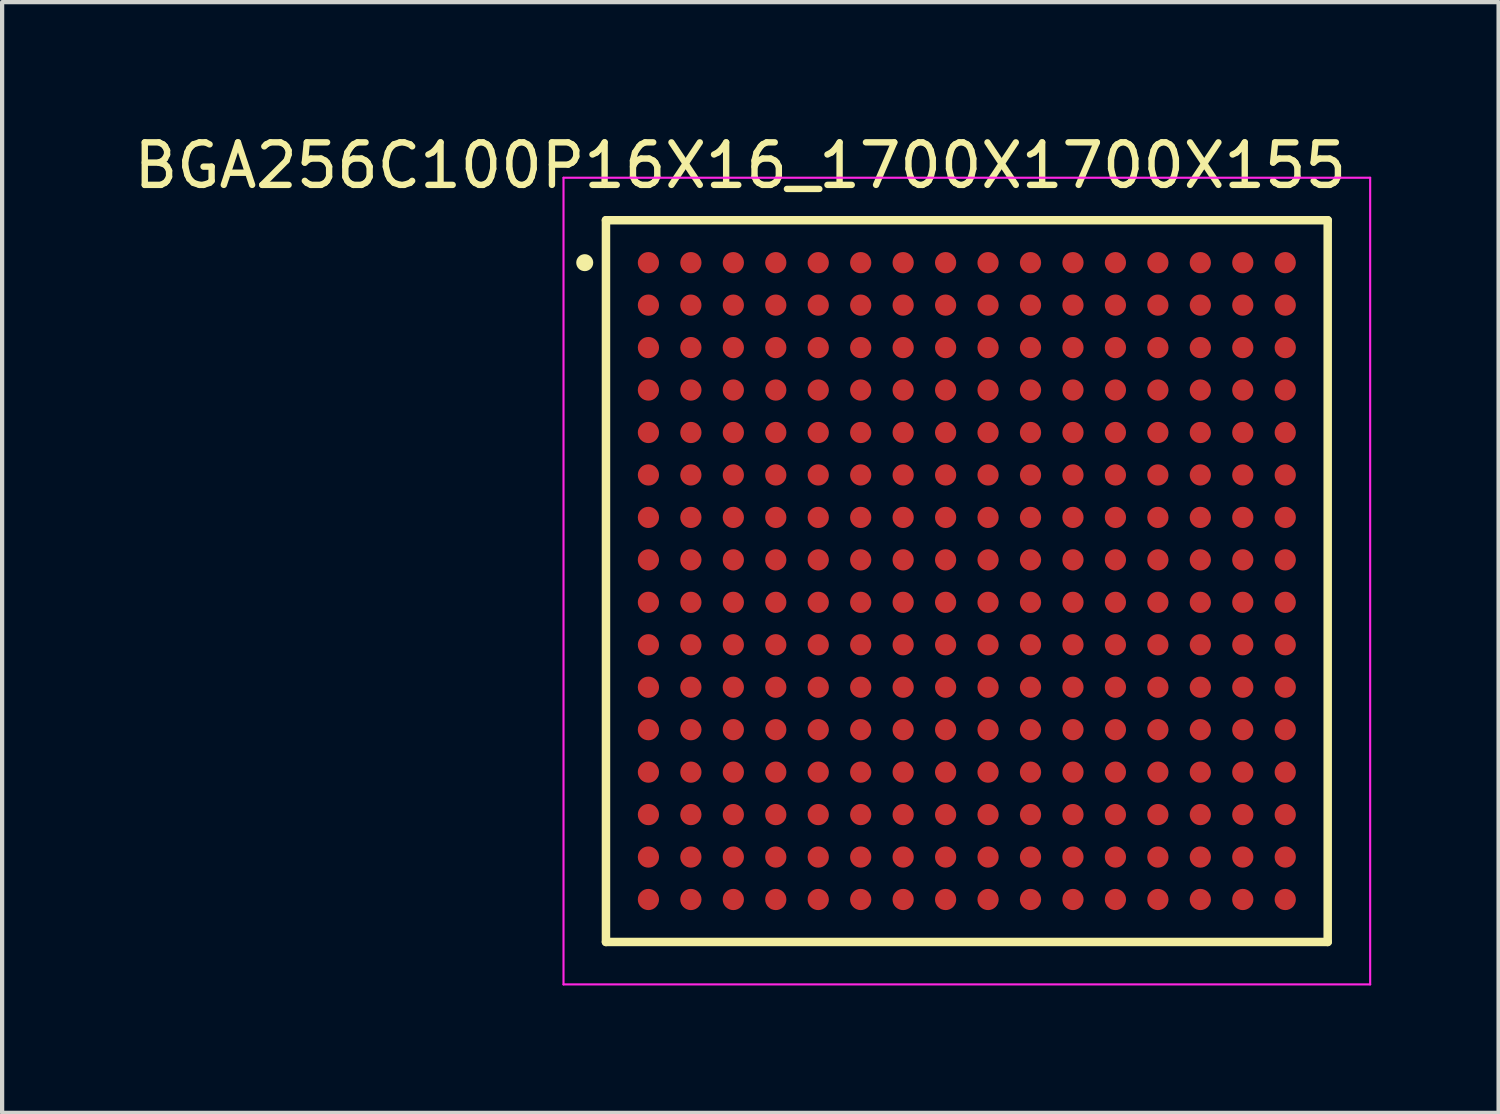
<source format=kicad_pcb>
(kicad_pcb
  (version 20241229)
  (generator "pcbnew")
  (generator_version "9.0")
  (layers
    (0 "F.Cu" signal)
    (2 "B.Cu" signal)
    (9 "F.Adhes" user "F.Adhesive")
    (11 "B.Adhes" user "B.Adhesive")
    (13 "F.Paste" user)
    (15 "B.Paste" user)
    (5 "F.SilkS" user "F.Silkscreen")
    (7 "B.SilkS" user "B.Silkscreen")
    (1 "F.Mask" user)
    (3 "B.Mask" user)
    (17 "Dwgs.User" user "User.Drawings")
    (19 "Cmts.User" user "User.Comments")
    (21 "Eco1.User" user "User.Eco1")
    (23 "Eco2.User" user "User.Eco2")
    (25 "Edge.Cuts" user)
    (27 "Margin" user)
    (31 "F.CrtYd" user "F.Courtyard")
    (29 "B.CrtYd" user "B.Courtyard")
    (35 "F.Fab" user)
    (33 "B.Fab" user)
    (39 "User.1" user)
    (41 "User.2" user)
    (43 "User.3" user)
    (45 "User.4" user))
  (footprint "BGA256C100P16X16_1700X1700X155"
    (layer "F.Cu")
    (at 19.723 10.637)
    (property "Reference" "BGA256C100P16X16_1700X1700X155" (at -5.335 -9.788 0) (layer "F.SilkS") (effects (font (size 1.002 1.002) (thickness 0.15))))
    (attr through_hole)
    (fp_circle (center -7.5 -7.5) (end -7.25 -7.5) (stroke (width 0) (type solid)) (fill yes) (layer "F.Mask"))
    (fp_circle (center -7.5 -6.5) (end -7.25 -6.5) (stroke (width 0) (type solid)) (fill yes) (layer "F.Mask"))
    (fp_circle (center -7.5 -5.5) (end -7.25 -5.5) (stroke (width 0) (type solid)) (fill yes) (layer "F.Mask"))
    (fp_circle (center -7.5 -4.5) (end -7.25 -4.5) (stroke (width 0) (type solid)) (fill yes) (layer "F.Mask"))
    (fp_circle (center -7.5 -3.5) (end -7.25 -3.5) (stroke (width 0) (type solid)) (fill yes) (layer "F.Mask"))
    (fp_circle (center -7.5 -2.5) (end -7.25 -2.5) (stroke (width 0) (type solid)) (fill yes) (layer "F.Mask"))
    (fp_circle (center -7.5 -1.5) (end -7.25 -1.5) (stroke (width 0) (type solid)) (fill yes) (layer "F.Mask"))
    (fp_circle (center -7.5 -0.5) (end -7.25 -0.5) (stroke (width 0) (type solid)) (fill yes) (layer "F.Mask"))
    (fp_circle (center -7.5 0.5) (end -7.25 0.5) (stroke (width 0) (type solid)) (fill yes) (layer "F.Mask"))
    (fp_circle (center -7.5 1.5) (end -7.25 1.5) (stroke (width 0) (type solid)) (fill yes) (layer "F.Mask"))
    (fp_circle (center -7.5 2.5) (end -7.25 2.5) (stroke (width 0) (type solid)) (fill yes) (layer "F.Mask"))
    (fp_circle (center -7.5 3.5) (end -7.25 3.5) (stroke (width 0) (type solid)) (fill yes) (layer "F.Mask"))
    (fp_circle (center -7.5 4.5) (end -7.25 4.5) (stroke (width 0) (type solid)) (fill yes) (layer "F.Mask"))
    (fp_circle (center -7.5 5.5) (end -7.25 5.5) (stroke (width 0) (type solid)) (fill yes) (layer "F.Mask"))
    (fp_circle (center -7.5 6.5) (end -7.25 6.5) (stroke (width 0) (type solid)) (fill yes) (layer "F.Mask"))
    (fp_circle (center -7.5 7.5) (end -7.25 7.5) (stroke (width 0) (type solid)) (fill yes) (layer "F.Mask"))
    (fp_circle (center -6.5 -7.5) (end -6.25 -7.5) (stroke (width 0) (type solid)) (fill yes) (layer "F.Mask"))
    (fp_circle (center -6.5 -6.5) (end -6.25 -6.5) (stroke (width 0) (type solid)) (fill yes) (layer "F.Mask"))
    (fp_circle (center -6.5 -5.5) (end -6.25 -5.5) (stroke (width 0) (type solid)) (fill yes) (layer "F.Mask"))
    (fp_circle (center -6.5 -4.5) (end -6.25 -4.5) (stroke (width 0) (type solid)) (fill yes) (layer "F.Mask"))
    (fp_circle (center -6.5 -3.5) (end -6.25 -3.5) (stroke (width 0) (type solid)) (fill yes) (layer "F.Mask"))
    (fp_circle (center -6.5 -2.5) (end -6.25 -2.5) (stroke (width 0) (type solid)) (fill yes) (layer "F.Mask"))
    (fp_circle (center -6.5 -1.5) (end -6.25 -1.5) (stroke (width 0) (type solid)) (fill yes) (layer "F.Mask"))
    (fp_circle (center -6.5 -0.5) (end -6.25 -0.5) (stroke (width 0) (type solid)) (fill yes) (layer "F.Mask"))
    (fp_circle (center -6.5 0.5) (end -6.25 0.5) (stroke (width 0) (type solid)) (fill yes) (layer "F.Mask"))
    (fp_circle (center -6.5 1.5) (end -6.25 1.5) (stroke (width 0) (type solid)) (fill yes) (layer "F.Mask"))
    (fp_circle (center -6.5 2.5) (end -6.25 2.5) (stroke (width 0) (type solid)) (fill yes) (layer "F.Mask"))
    (fp_circle (center -6.5 3.5) (end -6.25 3.5) (stroke (width 0) (type solid)) (fill yes) (layer "F.Mask"))
    (fp_circle (center -6.5 4.5) (end -6.25 4.5) (stroke (width 0) (type solid)) (fill yes) (layer "F.Mask"))
    (fp_circle (center -6.5 5.5) (end -6.25 5.5) (stroke (width 0) (type solid)) (fill yes) (layer "F.Mask"))
    (fp_circle (center -6.5 6.5) (end -6.25 6.5) (stroke (width 0) (type solid)) (fill yes) (layer "F.Mask"))
    (fp_circle (center -6.5 7.5) (end -6.25 7.5) (stroke (width 0) (type solid)) (fill yes) (layer "F.Mask"))
    (fp_circle (center -5.5 -7.5) (end -5.25 -7.5) (stroke (width 0) (type solid)) (fill yes) (layer "F.Mask"))
    (fp_circle (center -5.5 -6.5) (end -5.25 -6.5) (stroke (width 0) (type solid)) (fill yes) (layer "F.Mask"))
    (fp_circle (center -5.5 -5.5) (end -5.25 -5.5) (stroke (width 0) (type solid)) (fill yes) (layer "F.Mask"))
    (fp_circle (center -5.5 -4.5) (end -5.25 -4.5) (stroke (width 0) (type solid)) (fill yes) (layer "F.Mask"))
    (fp_circle (center -5.5 -3.5) (end -5.25 -3.5) (stroke (width 0) (type solid)) (fill yes) (layer "F.Mask"))
    (fp_circle (center -5.5 -2.5) (end -5.25 -2.5) (stroke (width 0) (type solid)) (fill yes) (layer "F.Mask"))
    (fp_circle (center -5.5 -1.5) (end -5.25 -1.5) (stroke (width 0) (type solid)) (fill yes) (layer "F.Mask"))
    (fp_circle (center -5.5 -0.5) (end -5.25 -0.5) (stroke (width 0) (type solid)) (fill yes) (layer "F.Mask"))
    (fp_circle (center -5.5 0.5) (end -5.25 0.5) (stroke (width 0) (type solid)) (fill yes) (layer "F.Mask"))
    (fp_circle (center -5.5 1.5) (end -5.25 1.5) (stroke (width 0) (type solid)) (fill yes) (layer "F.Mask"))
    (fp_circle (center -5.5 2.5) (end -5.25 2.5) (stroke (width 0) (type solid)) (fill yes) (layer "F.Mask"))
    (fp_circle (center -5.5 3.5) (end -5.25 3.5) (stroke (width 0) (type solid)) (fill yes) (layer "F.Mask"))
    (fp_circle (center -5.5 4.5) (end -5.25 4.5) (stroke (width 0) (type solid)) (fill yes) (layer "F.Mask"))
    (fp_circle (center -5.5 5.5) (end -5.25 5.5) (stroke (width 0) (type solid)) (fill yes) (layer "F.Mask"))
    (fp_circle (center -5.5 6.5) (end -5.25 6.5) (stroke (width 0) (type solid)) (fill yes) (layer "F.Mask"))
    (fp_circle (center -5.5 7.5) (end -5.25 7.5) (stroke (width 0) (type solid)) (fill yes) (layer "F.Mask"))
    (fp_circle (center -4.5 -7.5) (end -4.25 -7.5) (stroke (width 0) (type solid)) (fill yes) (layer "F.Mask"))
    (fp_circle (center -4.5 -6.5) (end -4.25 -6.5) (stroke (width 0) (type solid)) (fill yes) (layer "F.Mask"))
    (fp_circle (center -4.5 -5.5) (end -4.25 -5.5) (stroke (width 0) (type solid)) (fill yes) (layer "F.Mask"))
    (fp_circle (center -4.5 -4.5) (end -4.25 -4.5) (stroke (width 0) (type solid)) (fill yes) (layer "F.Mask"))
    (fp_circle (center -4.5 -3.5) (end -4.25 -3.5) (stroke (width 0) (type solid)) (fill yes) (layer "F.Mask"))
    (fp_circle (center -4.5 -2.5) (end -4.25 -2.5) (stroke (width 0) (type solid)) (fill yes) (layer "F.Mask"))
    (fp_circle (center -4.5 -1.5) (end -4.25 -1.5) (stroke (width 0) (type solid)) (fill yes) (layer "F.Mask"))
    (fp_circle (center -4.5 -0.5) (end -4.25 -0.5) (stroke (width 0) (type solid)) (fill yes) (layer "F.Mask"))
    (fp_circle (center -4.5 0.5) (end -4.25 0.5) (stroke (width 0) (type solid)) (fill yes) (layer "F.Mask"))
    (fp_circle (center -4.5 1.5) (end -4.25 1.5) (stroke (width 0) (type solid)) (fill yes) (layer "F.Mask"))
    (fp_circle (center -4.5 2.5) (end -4.25 2.5) (stroke (width 0) (type solid)) (fill yes) (layer "F.Mask"))
    (fp_circle (center -4.5 3.5) (end -4.25 3.5) (stroke (width 0) (type solid)) (fill yes) (layer "F.Mask"))
    (fp_circle (center -4.5 4.5) (end -4.25 4.5) (stroke (width 0) (type solid)) (fill yes) (layer "F.Mask"))
    (fp_circle (center -4.5 5.5) (end -4.25 5.5) (stroke (width 0) (type solid)) (fill yes) (layer "F.Mask"))
    (fp_circle (center -4.5 6.5) (end -4.25 6.5) (stroke (width 0) (type solid)) (fill yes) (layer "F.Mask"))
    (fp_circle (center -4.5 7.5) (end -4.25 7.5) (stroke (width 0) (type solid)) (fill yes) (layer "F.Mask"))
    (fp_circle (center -3.5 -7.5) (end -3.25 -7.5) (stroke (width 0) (type solid)) (fill yes) (layer "F.Mask"))
    (fp_circle (center -3.5 -6.5) (end -3.25 -6.5) (stroke (width 0) (type solid)) (fill yes) (layer "F.Mask"))
    (fp_circle (center -3.5 -5.5) (end -3.25 -5.5) (stroke (width 0) (type solid)) (fill yes) (layer "F.Mask"))
    (fp_circle (center -3.5 -4.5) (end -3.25 -4.5) (stroke (width 0) (type solid)) (fill yes) (layer "F.Mask"))
    (fp_circle (center -3.5 -3.5) (end -3.25 -3.5) (stroke (width 0) (type solid)) (fill yes) (layer "F.Mask"))
    (fp_circle (center -3.5 -2.5) (end -3.25 -2.5) (stroke (width 0) (type solid)) (fill yes) (layer "F.Mask"))
    (fp_circle (center -3.5 -1.5) (end -3.25 -1.5) (stroke (width 0) (type solid)) (fill yes) (layer "F.Mask"))
    (fp_circle (center -3.5 -0.5) (end -3.25 -0.5) (stroke (width 0) (type solid)) (fill yes) (layer "F.Mask"))
    (fp_circle (center -3.5 0.5) (end -3.25 0.5) (stroke (width 0) (type solid)) (fill yes) (layer "F.Mask"))
    (fp_circle (center -3.5 1.5) (end -3.25 1.5) (stroke (width 0) (type solid)) (fill yes) (layer "F.Mask"))
    (fp_circle (center -3.5 2.5) (end -3.25 2.5) (stroke (width 0) (type solid)) (fill yes) (layer "F.Mask"))
    (fp_circle (center -3.5 3.5) (end -3.25 3.5) (stroke (width 0) (type solid)) (fill yes) (layer "F.Mask"))
    (fp_circle (center -3.5 4.5) (end -3.25 4.5) (stroke (width 0) (type solid)) (fill yes) (layer "F.Mask"))
    (fp_circle (center -3.5 5.5) (end -3.25 5.5) (stroke (width 0) (type solid)) (fill yes) (layer "F.Mask"))
    (fp_circle (center -3.5 6.5) (end -3.25 6.5) (stroke (width 0) (type solid)) (fill yes) (layer "F.Mask"))
    (fp_circle (center -3.5 7.5) (end -3.25 7.5) (stroke (width 0) (type solid)) (fill yes) (layer "F.Mask"))
    (fp_circle (center -2.5 -7.5) (end -2.25 -7.5) (stroke (width 0) (type solid)) (fill yes) (layer "F.Mask"))
    (fp_circle (center -2.5 -6.5) (end -2.25 -6.5) (stroke (width 0) (type solid)) (fill yes) (layer "F.Mask"))
    (fp_circle (center -2.5 -5.5) (end -2.25 -5.5) (stroke (width 0) (type solid)) (fill yes) (layer "F.Mask"))
    (fp_circle (center -2.5 -4.5) (end -2.25 -4.5) (stroke (width 0) (type solid)) (fill yes) (layer "F.Mask"))
    (fp_circle (center -2.5 -3.5) (end -2.25 -3.5) (stroke (width 0) (type solid)) (fill yes) (layer "F.Mask"))
    (fp_circle (center -2.5 -2.5) (end -2.25 -2.5) (stroke (width 0) (type solid)) (fill yes) (layer "F.Mask"))
    (fp_circle (center -2.5 -1.5) (end -2.25 -1.5) (stroke (width 0) (type solid)) (fill yes) (layer "F.Mask"))
    (fp_circle (center -2.5 -0.5) (end -2.25 -0.5) (stroke (width 0) (type solid)) (fill yes) (layer "F.Mask"))
    (fp_circle (center -2.5 0.5) (end -2.25 0.5) (stroke (width 0) (type solid)) (fill yes) (layer "F.Mask"))
    (fp_circle (center -2.5 1.5) (end -2.25 1.5) (stroke (width 0) (type solid)) (fill yes) (layer "F.Mask"))
    (fp_circle (center -2.5 2.5) (end -2.25 2.5) (stroke (width 0) (type solid)) (fill yes) (layer "F.Mask"))
    (fp_circle (center -2.5 3.5) (end -2.25 3.5) (stroke (width 0) (type solid)) (fill yes) (layer "F.Mask"))
    (fp_circle (center -2.5 4.5) (end -2.25 4.5) (stroke (width 0) (type solid)) (fill yes) (layer "F.Mask"))
    (fp_circle (center -2.5 5.5) (end -2.25 5.5) (stroke (width 0) (type solid)) (fill yes) (layer "F.Mask"))
    (fp_circle (center -2.5 6.5) (end -2.25 6.5) (stroke (width 0) (type solid)) (fill yes) (layer "F.Mask"))
    (fp_circle (center -2.5 7.5) (end -2.25 7.5) (stroke (width 0) (type solid)) (fill yes) (layer "F.Mask"))
    (fp_circle (center -1.5 -7.5) (end -1.25 -7.5) (stroke (width 0) (type solid)) (fill yes) (layer "F.Mask"))
    (fp_circle (center -1.5 -6.5) (end -1.25 -6.5) (stroke (width 0) (type solid)) (fill yes) (layer "F.Mask"))
    (fp_circle (center -1.5 -5.5) (end -1.25 -5.5) (stroke (width 0) (type solid)) (fill yes) (layer "F.Mask"))
    (fp_circle (center -1.5 -4.5) (end -1.25 -4.5) (stroke (width 0) (type solid)) (fill yes) (layer "F.Mask"))
    (fp_circle (center -1.5 -3.5) (end -1.25 -3.5) (stroke (width 0) (type solid)) (fill yes) (layer "F.Mask"))
    (fp_circle (center -1.5 -2.5) (end -1.25 -2.5) (stroke (width 0) (type solid)) (fill yes) (layer "F.Mask"))
    (fp_circle (center -1.5 -1.5) (end -1.25 -1.5) (stroke (width 0) (type solid)) (fill yes) (layer "F.Mask"))
    (fp_circle (center -1.5 -0.5) (end -1.25 -0.5) (stroke (width 0) (type solid)) (fill yes) (layer "F.Mask"))
    (fp_circle (center -1.5 0.5) (end -1.25 0.5) (stroke (width 0) (type solid)) (fill yes) (layer "F.Mask"))
    (fp_circle (center -1.5 1.5) (end -1.25 1.5) (stroke (width 0) (type solid)) (fill yes) (layer "F.Mask"))
    (fp_circle (center -1.5 2.5) (end -1.25 2.5) (stroke (width 0) (type solid)) (fill yes) (layer "F.Mask"))
    (fp_circle (center -1.5 3.5) (end -1.25 3.5) (stroke (width 0) (type solid)) (fill yes) (layer "F.Mask"))
    (fp_circle (center -1.5 4.5) (end -1.25 4.5) (stroke (width 0) (type solid)) (fill yes) (layer "F.Mask"))
    (fp_circle (center -1.5 5.5) (end -1.25 5.5) (stroke (width 0) (type solid)) (fill yes) (layer "F.Mask"))
    (fp_circle (center -1.5 6.5) (end -1.25 6.5) (stroke (width 0) (type solid)) (fill yes) (layer "F.Mask"))
    (fp_circle (center -1.5 7.5) (end -1.25 7.5) (stroke (width 0) (type solid)) (fill yes) (layer "F.Mask"))
    (fp_circle (center -0.5 -7.5) (end -0.25 -7.5) (stroke (width 0) (type solid)) (fill yes) (layer "F.Mask"))
    (fp_circle (center -0.5 -6.5) (end -0.25 -6.5) (stroke (width 0) (type solid)) (fill yes) (layer "F.Mask"))
    (fp_circle (center -0.5 -5.5) (end -0.25 -5.5) (stroke (width 0) (type solid)) (fill yes) (layer "F.Mask"))
    (fp_circle (center -0.5 -4.5) (end -0.25 -4.5) (stroke (width 0) (type solid)) (fill yes) (layer "F.Mask"))
    (fp_circle (center -0.5 -3.5) (end -0.25 -3.5) (stroke (width 0) (type solid)) (fill yes) (layer "F.Mask"))
    (fp_circle (center -0.5 -2.5) (end -0.25 -2.5) (stroke (width 0) (type solid)) (fill yes) (layer "F.Mask"))
    (fp_circle (center -0.5 -1.5) (end -0.25 -1.5) (stroke (width 0) (type solid)) (fill yes) (layer "F.Mask"))
    (fp_circle (center -0.5 -0.5) (end -0.25 -0.5) (stroke (width 0) (type solid)) (fill yes) (layer "F.Mask"))
    (fp_circle (center -0.5 0.5) (end -0.25 0.5) (stroke (width 0) (type solid)) (fill yes) (layer "F.Mask"))
    (fp_circle (center -0.5 1.5) (end -0.25 1.5) (stroke (width 0) (type solid)) (fill yes) (layer "F.Mask"))
    (fp_circle (center -0.5 2.5) (end -0.25 2.5) (stroke (width 0) (type solid)) (fill yes) (layer "F.Mask"))
    (fp_circle (center -0.5 3.5) (end -0.25 3.5) (stroke (width 0) (type solid)) (fill yes) (layer "F.Mask"))
    (fp_circle (center -0.5 4.5) (end -0.25 4.5) (stroke (width 0) (type solid)) (fill yes) (layer "F.Mask"))
    (fp_circle (center -0.5 5.5) (end -0.25 5.5) (stroke (width 0) (type solid)) (fill yes) (layer "F.Mask"))
    (fp_circle (center -0.5 6.5) (end -0.25 6.5) (stroke (width 0) (type solid)) (fill yes) (layer "F.Mask"))
    (fp_circle (center -0.5 7.5) (end -0.25 7.5) (stroke (width 0) (type solid)) (fill yes) (layer "F.Mask"))
    (fp_circle (center 0.5 -7.5) (end 0.75 -7.5) (stroke (width 0) (type solid)) (fill yes) (layer "F.Mask"))
    (fp_circle (center 0.5 -6.5) (end 0.75 -6.5) (stroke (width 0) (type solid)) (fill yes) (layer "F.Mask"))
    (fp_circle (center 0.5 -5.5) (end 0.75 -5.5) (stroke (width 0) (type solid)) (fill yes) (layer "F.Mask"))
    (fp_circle (center 0.5 -4.5) (end 0.75 -4.5) (stroke (width 0) (type solid)) (fill yes) (layer "F.Mask"))
    (fp_circle (center 0.5 -3.5) (end 0.75 -3.5) (stroke (width 0) (type solid)) (fill yes) (layer "F.Mask"))
    (fp_circle (center 0.5 -2.5) (end 0.75 -2.5) (stroke (width 0) (type solid)) (fill yes) (layer "F.Mask"))
    (fp_circle (center 0.5 -1.5) (end 0.75 -1.5) (stroke (width 0) (type solid)) (fill yes) (layer "F.Mask"))
    (fp_circle (center 0.5 -0.5) (end 0.75 -0.5) (stroke (width 0) (type solid)) (fill yes) (layer "F.Mask"))
    (fp_circle (center 0.5 0.5) (end 0.75 0.5) (stroke (width 0) (type solid)) (fill yes) (layer "F.Mask"))
    (fp_circle (center 0.5 1.5) (end 0.75 1.5) (stroke (width 0) (type solid)) (fill yes) (layer "F.Mask"))
    (fp_circle (center 0.5 2.5) (end 0.75 2.5) (stroke (width 0) (type solid)) (fill yes) (layer "F.Mask"))
    (fp_circle (center 0.5 3.5) (end 0.75 3.5) (stroke (width 0) (type solid)) (fill yes) (layer "F.Mask"))
    (fp_circle (center 0.5 4.5) (end 0.75 4.5) (stroke (width 0) (type solid)) (fill yes) (layer "F.Mask"))
    (fp_circle (center 0.5 5.5) (end 0.75 5.5) (stroke (width 0) (type solid)) (fill yes) (layer "F.Mask"))
    (fp_circle (center 0.5 6.5) (end 0.75 6.5) (stroke (width 0) (type solid)) (fill yes) (layer "F.Mask"))
    (fp_circle (center 0.5 7.5) (end 0.75 7.5) (stroke (width 0) (type solid)) (fill yes) (layer "F.Mask"))
    (fp_circle (center 1.5 -7.5) (end 1.75 -7.5) (stroke (width 0) (type solid)) (fill yes) (layer "F.Mask"))
    (fp_circle (center 1.5 -6.5) (end 1.75 -6.5) (stroke (width 0) (type solid)) (fill yes) (layer "F.Mask"))
    (fp_circle (center 1.5 -5.5) (end 1.75 -5.5) (stroke (width 0) (type solid)) (fill yes) (layer "F.Mask"))
    (fp_circle (center 1.5 -4.5) (end 1.75 -4.5) (stroke (width 0) (type solid)) (fill yes) (layer "F.Mask"))
    (fp_circle (center 1.5 -3.5) (end 1.75 -3.5) (stroke (width 0) (type solid)) (fill yes) (layer "F.Mask"))
    (fp_circle (center 1.5 -2.5) (end 1.75 -2.5) (stroke (width 0) (type solid)) (fill yes) (layer "F.Mask"))
    (fp_circle (center 1.5 -1.5) (end 1.75 -1.5) (stroke (width 0) (type solid)) (fill yes) (layer "F.Mask"))
    (fp_circle (center 1.5 -0.5) (end 1.75 -0.5) (stroke (width 0) (type solid)) (fill yes) (layer "F.Mask"))
    (fp_circle (center 1.5 0.5) (end 1.75 0.5) (stroke (width 0) (type solid)) (fill yes) (layer "F.Mask"))
    (fp_circle (center 1.5 1.5) (end 1.75 1.5) (stroke (width 0) (type solid)) (fill yes) (layer "F.Mask"))
    (fp_circle (center 1.5 2.5) (end 1.75 2.5) (stroke (width 0) (type solid)) (fill yes) (layer "F.Mask"))
    (fp_circle (center 1.5 3.5) (end 1.75 3.5) (stroke (width 0) (type solid)) (fill yes) (layer "F.Mask"))
    (fp_circle (center 1.5 4.5) (end 1.75 4.5) (stroke (width 0) (type solid)) (fill yes) (layer "F.Mask"))
    (fp_circle (center 1.5 5.5) (end 1.75 5.5) (stroke (width 0) (type solid)) (fill yes) (layer "F.Mask"))
    (fp_circle (center 1.5 6.5) (end 1.75 6.5) (stroke (width 0) (type solid)) (fill yes) (layer "F.Mask"))
    (fp_circle (center 1.5 7.5) (end 1.75 7.5) (stroke (width 0) (type solid)) (fill yes) (layer "F.Mask"))
    (fp_circle (center 2.5 -7.5) (end 2.75 -7.5) (stroke (width 0) (type solid)) (fill yes) (layer "F.Mask"))
    (fp_circle (center 2.5 -6.5) (end 2.75 -6.5) (stroke (width 0) (type solid)) (fill yes) (layer "F.Mask"))
    (fp_circle (center 2.5 -5.5) (end 2.75 -5.5) (stroke (width 0) (type solid)) (fill yes) (layer "F.Mask"))
    (fp_circle (center 2.5 -4.5) (end 2.75 -4.5) (stroke (width 0) (type solid)) (fill yes) (layer "F.Mask"))
    (fp_circle (center 2.5 -3.5) (end 2.75 -3.5) (stroke (width 0) (type solid)) (fill yes) (layer "F.Mask"))
    (fp_circle (center 2.5 -2.5) (end 2.75 -2.5) (stroke (width 0) (type solid)) (fill yes) (layer "F.Mask"))
    (fp_circle (center 2.5 -1.5) (end 2.75 -1.5) (stroke (width 0) (type solid)) (fill yes) (layer "F.Mask"))
    (fp_circle (center 2.5 -0.5) (end 2.75 -0.5) (stroke (width 0) (type solid)) (fill yes) (layer "F.Mask"))
    (fp_circle (center 2.5 0.5) (end 2.75 0.5) (stroke (width 0) (type solid)) (fill yes) (layer "F.Mask"))
    (fp_circle (center 2.5 1.5) (end 2.75 1.5) (stroke (width 0) (type solid)) (fill yes) (layer "F.Mask"))
    (fp_circle (center 2.5 2.5) (end 2.75 2.5) (stroke (width 0) (type solid)) (fill yes) (layer "F.Mask"))
    (fp_circle (center 2.5 3.5) (end 2.75 3.5) (stroke (width 0) (type solid)) (fill yes) (layer "F.Mask"))
    (fp_circle (center 2.5 4.5) (end 2.75 4.5) (stroke (width 0) (type solid)) (fill yes) (layer "F.Mask"))
    (fp_circle (center 2.5 5.5) (end 2.75 5.5) (stroke (width 0) (type solid)) (fill yes) (layer "F.Mask"))
    (fp_circle (center 2.5 6.5) (end 2.75 6.5) (stroke (width 0) (type solid)) (fill yes) (layer "F.Mask"))
    (fp_circle (center 2.5 7.5) (end 2.75 7.5) (stroke (width 0) (type solid)) (fill yes) (layer "F.Mask"))
    (fp_circle (center 3.5 -7.5) (end 3.75 -7.5) (stroke (width 0) (type solid)) (fill yes) (layer "F.Mask"))
    (fp_circle (center 3.5 -6.5) (end 3.75 -6.5) (stroke (width 0) (type solid)) (fill yes) (layer "F.Mask"))
    (fp_circle (center 3.5 -5.5) (end 3.75 -5.5) (stroke (width 0) (type solid)) (fill yes) (layer "F.Mask"))
    (fp_circle (center 3.5 -4.5) (end 3.75 -4.5) (stroke (width 0) (type solid)) (fill yes) (layer "F.Mask"))
    (fp_circle (center 3.5 -3.5) (end 3.75 -3.5) (stroke (width 0) (type solid)) (fill yes) (layer "F.Mask"))
    (fp_circle (center 3.5 -2.5) (end 3.75 -2.5) (stroke (width 0) (type solid)) (fill yes) (layer "F.Mask"))
    (fp_circle (center 3.5 -1.5) (end 3.75 -1.5) (stroke (width 0) (type solid)) (fill yes) (layer "F.Mask"))
    (fp_circle (center 3.5 -0.5) (end 3.75 -0.5) (stroke (width 0) (type solid)) (fill yes) (layer "F.Mask"))
    (fp_circle (center 3.5 0.5) (end 3.75 0.5) (stroke (width 0) (type solid)) (fill yes) (layer "F.Mask"))
    (fp_circle (center 3.5 1.5) (end 3.75 1.5) (stroke (width 0) (type solid)) (fill yes) (layer "F.Mask"))
    (fp_circle (center 3.5 2.5) (end 3.75 2.5) (stroke (width 0) (type solid)) (fill yes) (layer "F.Mask"))
    (fp_circle (center 3.5 3.5) (end 3.75 3.5) (stroke (width 0) (type solid)) (fill yes) (layer "F.Mask"))
    (fp_circle (center 3.5 4.5) (end 3.75 4.5) (stroke (width 0) (type solid)) (fill yes) (layer "F.Mask"))
    (fp_circle (center 3.5 5.5) (end 3.75 5.5) (stroke (width 0) (type solid)) (fill yes) (layer "F.Mask"))
    (fp_circle (center 3.5 6.5) (end 3.75 6.5) (stroke (width 0) (type solid)) (fill yes) (layer "F.Mask"))
    (fp_circle (center 3.5 7.5) (end 3.75 7.5) (stroke (width 0) (type solid)) (fill yes) (layer "F.Mask"))
    (fp_circle (center 4.5 -7.5) (end 4.75 -7.5) (stroke (width 0) (type solid)) (fill yes) (layer "F.Mask"))
    (fp_circle (center 4.5 -6.5) (end 4.75 -6.5) (stroke (width 0) (type solid)) (fill yes) (layer "F.Mask"))
    (fp_circle (center 4.5 -5.5) (end 4.75 -5.5) (stroke (width 0) (type solid)) (fill yes) (layer "F.Mask"))
    (fp_circle (center 4.5 -4.5) (end 4.75 -4.5) (stroke (width 0) (type solid)) (fill yes) (layer "F.Mask"))
    (fp_circle (center 4.5 -3.5) (end 4.75 -3.5) (stroke (width 0) (type solid)) (fill yes) (layer "F.Mask"))
    (fp_circle (center 4.5 -2.5) (end 4.75 -2.5) (stroke (width 0) (type solid)) (fill yes) (layer "F.Mask"))
    (fp_circle (center 4.5 -1.5) (end 4.75 -1.5) (stroke (width 0) (type solid)) (fill yes) (layer "F.Mask"))
    (fp_circle (center 4.5 -0.5) (end 4.75 -0.5) (stroke (width 0) (type solid)) (fill yes) (layer "F.Mask"))
    (fp_circle (center 4.5 0.5) (end 4.75 0.5) (stroke (width 0) (type solid)) (fill yes) (layer "F.Mask"))
    (fp_circle (center 4.5 1.5) (end 4.75 1.5) (stroke (width 0) (type solid)) (fill yes) (layer "F.Mask"))
    (fp_circle (center 4.5 2.5) (end 4.75 2.5) (stroke (width 0) (type solid)) (fill yes) (layer "F.Mask"))
    (fp_circle (center 4.5 3.5) (end 4.75 3.5) (stroke (width 0) (type solid)) (fill yes) (layer "F.Mask"))
    (fp_circle (center 4.5 4.5) (end 4.75 4.5) (stroke (width 0) (type solid)) (fill yes) (layer "F.Mask"))
    (fp_circle (center 4.5 5.5) (end 4.75 5.5) (stroke (width 0) (type solid)) (fill yes) (layer "F.Mask"))
    (fp_circle (center 4.5 6.5) (end 4.75 6.5) (stroke (width 0) (type solid)) (fill yes) (layer "F.Mask"))
    (fp_circle (center 4.5 7.5) (end 4.75 7.5) (stroke (width 0) (type solid)) (fill yes) (layer "F.Mask"))
    (fp_circle (center 5.5 -7.5) (end 5.75 -7.5) (stroke (width 0) (type solid)) (fill yes) (layer "F.Mask"))
    (fp_circle (center 5.5 -6.5) (end 5.75 -6.5) (stroke (width 0) (type solid)) (fill yes) (layer "F.Mask"))
    (fp_circle (center 5.5 -5.5) (end 5.75 -5.5) (stroke (width 0) (type solid)) (fill yes) (layer "F.Mask"))
    (fp_circle (center 5.5 -4.5) (end 5.75 -4.5) (stroke (width 0) (type solid)) (fill yes) (layer "F.Mask"))
    (fp_circle (center 5.5 -3.5) (end 5.75 -3.5) (stroke (width 0) (type solid)) (fill yes) (layer "F.Mask"))
    (fp_circle (center 5.5 -2.5) (end 5.75 -2.5) (stroke (width 0) (type solid)) (fill yes) (layer "F.Mask"))
    (fp_circle (center 5.5 -1.5) (end 5.75 -1.5) (stroke (width 0) (type solid)) (fill yes) (layer "F.Mask"))
    (fp_circle (center 5.5 -0.5) (end 5.75 -0.5) (stroke (width 0) (type solid)) (fill yes) (layer "F.Mask"))
    (fp_circle (center 5.5 0.5) (end 5.75 0.5) (stroke (width 0) (type solid)) (fill yes) (layer "F.Mask"))
    (fp_circle (center 5.5 1.5) (end 5.75 1.5) (stroke (width 0) (type solid)) (fill yes) (layer "F.Mask"))
    (fp_circle (center 5.5 2.5) (end 5.75 2.5) (stroke (width 0) (type solid)) (fill yes) (layer "F.Mask"))
    (fp_circle (center 5.5 3.5) (end 5.75 3.5) (stroke (width 0) (type solid)) (fill yes) (layer "F.Mask"))
    (fp_circle (center 5.5 4.5) (end 5.75 4.5) (stroke (width 0) (type solid)) (fill yes) (layer "F.Mask"))
    (fp_circle (center 5.5 5.5) (end 5.75 5.5) (stroke (width 0) (type solid)) (fill yes) (layer "F.Mask"))
    (fp_circle (center 5.5 6.5) (end 5.75 6.5) (stroke (width 0) (type solid)) (fill yes) (layer "F.Mask"))
    (fp_circle (center 5.5 7.5) (end 5.75 7.5) (stroke (width 0) (type solid)) (fill yes) (layer "F.Mask"))
    (fp_circle (center 6.5 -7.5) (end 6.75 -7.5) (stroke (width 0) (type solid)) (fill yes) (layer "F.Mask"))
    (fp_circle (center 6.5 -6.5) (end 6.75 -6.5) (stroke (width 0) (type solid)) (fill yes) (layer "F.Mask"))
    (fp_circle (center 6.5 -5.5) (end 6.75 -5.5) (stroke (width 0) (type solid)) (fill yes) (layer "F.Mask"))
    (fp_circle (center 6.5 -4.5) (end 6.75 -4.5) (stroke (width 0) (type solid)) (fill yes) (layer "F.Mask"))
    (fp_circle (center 6.5 -3.5) (end 6.75 -3.5) (stroke (width 0) (type solid)) (fill yes) (layer "F.Mask"))
    (fp_circle (center 6.5 -2.5) (end 6.75 -2.5) (stroke (width 0) (type solid)) (fill yes) (layer "F.Mask"))
    (fp_circle (center 6.5 -1.5) (end 6.75 -1.5) (stroke (width 0) (type solid)) (fill yes) (layer "F.Mask"))
    (fp_circle (center 6.5 -0.5) (end 6.75 -0.5) (stroke (width 0) (type solid)) (fill yes) (layer "F.Mask"))
    (fp_circle (center 6.5 0.5) (end 6.75 0.5) (stroke (width 0) (type solid)) (fill yes) (layer "F.Mask"))
    (fp_circle (center 6.5 1.5) (end 6.75 1.5) (stroke (width 0) (type solid)) (fill yes) (layer "F.Mask"))
    (fp_circle (center 6.5 2.5) (end 6.75 2.5) (stroke (width 0) (type solid)) (fill yes) (layer "F.Mask"))
    (fp_circle (center 6.5 3.5) (end 6.75 3.5) (stroke (width 0) (type solid)) (fill yes) (layer "F.Mask"))
    (fp_circle (center 6.5 4.5) (end 6.75 4.5) (stroke (width 0) (type solid)) (fill yes) (layer "F.Mask"))
    (fp_circle (center 6.5 5.5) (end 6.75 5.5) (stroke (width 0) (type solid)) (fill yes) (layer "F.Mask"))
    (fp_circle (center 6.5 6.5) (end 6.75 6.5) (stroke (width 0) (type solid)) (fill yes) (layer "F.Mask"))
    (fp_circle (center 6.5 7.5) (end 6.75 7.5) (stroke (width 0) (type solid)) (fill yes) (layer "F.Mask"))
    (fp_circle (center 7.5 -7.5) (end 7.75 -7.5) (stroke (width 0) (type solid)) (fill yes) (layer "F.Mask"))
    (fp_circle (center 7.5 -6.5) (end 7.75 -6.5) (stroke (width 0) (type solid)) (fill yes) (layer "F.Mask"))
    (fp_circle (center 7.5 -5.5) (end 7.75 -5.5) (stroke (width 0) (type solid)) (fill yes) (layer "F.Mask"))
    (fp_circle (center 7.5 -4.5) (end 7.75 -4.5) (stroke (width 0) (type solid)) (fill yes) (layer "F.Mask"))
    (fp_circle (center 7.5 -3.5) (end 7.75 -3.5) (stroke (width 0) (type solid)) (fill yes) (layer "F.Mask"))
    (fp_circle (center 7.5 -2.5) (end 7.75 -2.5) (stroke (width 0) (type solid)) (fill yes) (layer "F.Mask"))
    (fp_circle (center 7.5 -1.5) (end 7.75 -1.5) (stroke (width 0) (type solid)) (fill yes) (layer "F.Mask"))
    (fp_circle (center 7.5 -0.5) (end 7.75 -0.5) (stroke (width 0) (type solid)) (fill yes) (layer "F.Mask"))
    (fp_circle (center 7.5 0.5) (end 7.75 0.5) (stroke (width 0) (type solid)) (fill yes) (layer "F.Mask"))
    (fp_circle (center 7.5 1.5) (end 7.75 1.5) (stroke (width 0) (type solid)) (fill yes) (layer "F.Mask"))
    (fp_circle (center 7.5 2.5) (end 7.75 2.5) (stroke (width 0) (type solid)) (fill yes) (layer "F.Mask"))
    (fp_circle (center 7.5 3.5) (end 7.75 3.5) (stroke (width 0) (type solid)) (fill yes) (layer "F.Mask"))
    (fp_circle (center 7.5 4.5) (end 7.75 4.5) (stroke (width 0) (type solid)) (fill yes) (layer "F.Mask"))
    (fp_circle (center 7.5 5.5) (end 7.75 5.5) (stroke (width 0) (type solid)) (fill yes) (layer "F.Mask"))
    (fp_circle (center 7.5 6.5) (end 7.75 6.5) (stroke (width 0) (type solid)) (fill yes) (layer "F.Mask"))
    (fp_circle (center 7.5 7.5) (end 7.75 7.5) (stroke (width 0) (type solid)) (fill yes) (layer "F.Mask"))
    (fp_line (start -8.5 -8.5) (end 8.5 -8.5) (stroke (width 0.2) (type solid)) (layer "F.SilkS"))
    (fp_line (start -8.5 8.5) (end -8.5 -8.5) (stroke (width 0.2) (type solid)) (layer "F.SilkS"))
    (fp_line (start 8.5 -8.5) (end 8.5 8.5) (stroke (width 0.2) (type solid)) (layer "F.SilkS"))
    (fp_line (start 8.5 8.5) (end -8.5 8.5) (stroke (width 0.2) (type solid)) (layer "F.SilkS"))
    (fp_circle (center -9 -7.5) (end -8.9 -7.5) (stroke (width 0.2) (type solid)) (fill no) (layer "F.SilkS"))
    (fp_line (start -9.5 -9.5) (end 9.5 -9.5) (stroke (width 0.05) (type solid)) (layer "F.CrtYd"))
    (fp_line (start -9.5 9.5) (end -9.5 -9.5) (stroke (width 0.05) (type solid)) (layer "F.CrtYd"))
    (fp_line (start 9.5 -9.5) (end 9.5 9.5) (stroke (width 0.05) (type solid)) (layer "F.CrtYd"))
    (fp_line (start 9.5 9.5) (end -9.5 9.5) (stroke (width 0.05) (type solid)) (layer "F.CrtYd"))
    (pad "A1" smd circle (at -7.5 -7.5) (size 0.5 0.5) (layers "F.Cu" "F.Mask" "F.Paste"))
    (pad "A2" smd circle (at -6.5 -7.5) (size 0.5 0.5) (layers "F.Cu" "F.Mask" "F.Paste"))
    (pad "A3" smd circle (at -5.5 -7.5) (size 0.5 0.5) (layers "F.Cu" "F.Mask" "F.Paste"))
    (pad "A4" smd circle (at -4.5 -7.5) (size 0.5 0.5) (layers "F.Cu" "F.Mask" "F.Paste"))
    (pad "A5" smd circle (at -3.5 -7.5) (size 0.5 0.5) (layers "F.Cu" "F.Mask" "F.Paste"))
    (pad "A6" smd circle (at -2.5 -7.5) (size 0.5 0.5) (layers "F.Cu" "F.Mask" "F.Paste"))
    (pad "A7" smd circle (at -1.5 -7.5) (size 0.5 0.5) (layers "F.Cu" "F.Mask" "F.Paste"))
    (pad "A8" smd circle (at -0.5 -7.5) (size 0.5 0.5) (layers "F.Cu" "F.Mask" "F.Paste"))
    (pad "A9" smd circle (at 0.5 -7.5) (size 0.5 0.5) (layers "F.Cu" "F.Mask" "F.Paste"))
    (pad "A10" smd circle (at 1.5 -7.5) (size 0.5 0.5) (layers "F.Cu" "F.Mask" "F.Paste"))
    (pad "A11" smd circle (at 2.5 -7.5) (size 0.5 0.5) (layers "F.Cu" "F.Mask" "F.Paste"))
    (pad "A12" smd circle (at 3.5 -7.5) (size 0.5 0.5) (layers "F.Cu" "F.Mask" "F.Paste"))
    (pad "A13" smd circle (at 4.5 -7.5) (size 0.5 0.5) (layers "F.Cu" "F.Mask" "F.Paste"))
    (pad "A14" smd circle (at 5.5 -7.5) (size 0.5 0.5) (layers "F.Cu" "F.Mask" "F.Paste"))
    (pad "A15" smd circle (at 6.5 -7.5) (size 0.5 0.5) (layers "F.Cu" "F.Mask" "F.Paste"))
    (pad "A16" smd circle (at 7.5 -7.5) (size 0.5 0.5) (layers "F.Cu" "F.Mask" "F.Paste"))
    (pad "B1" smd circle (at -7.5 -6.5) (size 0.5 0.5) (layers "F.Cu" "F.Mask" "F.Paste"))
    (pad "B2" smd circle (at -6.5 -6.5) (size 0.5 0.5) (layers "F.Cu" "F.Mask" "F.Paste"))
    (pad "B3" smd circle (at -5.5 -6.5) (size 0.5 0.5) (layers "F.Cu" "F.Mask" "F.Paste"))
    (pad "B4" smd circle (at -4.5 -6.5) (size 0.5 0.5) (layers "F.Cu" "F.Mask" "F.Paste"))
    (pad "B5" smd circle (at -3.5 -6.5) (size 0.5 0.5) (layers "F.Cu" "F.Mask" "F.Paste"))
    (pad "B6" smd circle (at -2.5 -6.5) (size 0.5 0.5) (layers "F.Cu" "F.Mask" "F.Paste"))
    (pad "B7" smd circle (at -1.5 -6.5) (size 0.5 0.5) (layers "F.Cu" "F.Mask" "F.Paste"))
    (pad "B8" smd circle (at -0.5 -6.5) (size 0.5 0.5) (layers "F.Cu" "F.Mask" "F.Paste"))
    (pad "B9" smd circle (at 0.5 -6.5) (size 0.5 0.5) (layers "F.Cu" "F.Mask" "F.Paste"))
    (pad "B10" smd circle (at 1.5 -6.5) (size 0.5 0.5) (layers "F.Cu" "F.Mask" "F.Paste"))
    (pad "B11" smd circle (at 2.5 -6.5) (size 0.5 0.5) (layers "F.Cu" "F.Mask" "F.Paste"))
    (pad "B12" smd circle (at 3.5 -6.5) (size 0.5 0.5) (layers "F.Cu" "F.Mask" "F.Paste"))
    (pad "B13" smd circle (at 4.5 -6.5) (size 0.5 0.5) (layers "F.Cu" "F.Mask" "F.Paste"))
    (pad "B14" smd circle (at 5.5 -6.5) (size 0.5 0.5) (layers "F.Cu" "F.Mask" "F.Paste"))
    (pad "B15" smd circle (at 6.5 -6.5) (size 0.5 0.5) (layers "F.Cu" "F.Mask" "F.Paste"))
    (pad "B16" smd circle (at 7.5 -6.5) (size 0.5 0.5) (layers "F.Cu" "F.Mask" "F.Paste"))
    (pad "C1" smd circle (at -7.5 -5.5) (size 0.5 0.5) (layers "F.Cu" "F.Mask" "F.Paste"))
    (pad "C2" smd circle (at -6.5 -5.5) (size 0.5 0.5) (layers "F.Cu" "F.Mask" "F.Paste"))
    (pad "C3" smd circle (at -5.5 -5.5) (size 0.5 0.5) (layers "F.Cu" "F.Mask" "F.Paste"))
    (pad "C4" smd circle (at -4.5 -5.5) (size 0.5 0.5) (layers "F.Cu" "F.Mask" "F.Paste"))
    (pad "C5" smd circle (at -3.5 -5.5) (size 0.5 0.5) (layers "F.Cu" "F.Mask" "F.Paste"))
    (pad "C6" smd circle (at -2.5 -5.5) (size 0.5 0.5) (layers "F.Cu" "F.Mask" "F.Paste"))
    (pad "C7" smd circle (at -1.5 -5.5) (size 0.5 0.5) (layers "F.Cu" "F.Mask" "F.Paste"))
    (pad "C8" smd circle (at -0.5 -5.5) (size 0.5 0.5) (layers "F.Cu" "F.Mask" "F.Paste"))
    (pad "C9" smd circle (at 0.5 -5.5) (size 0.5 0.5) (layers "F.Cu" "F.Mask" "F.Paste"))
    (pad "C10" smd circle (at 1.5 -5.5) (size 0.5 0.5) (layers "F.Cu" "F.Mask" "F.Paste"))
    (pad "C11" smd circle (at 2.5 -5.5) (size 0.5 0.5) (layers "F.Cu" "F.Mask" "F.Paste"))
    (pad "C12" smd circle (at 3.5 -5.5) (size 0.5 0.5) (layers "F.Cu" "F.Mask" "F.Paste"))
    (pad "C13" smd circle (at 4.5 -5.5) (size 0.5 0.5) (layers "F.Cu" "F.Mask" "F.Paste"))
    (pad "C14" smd circle (at 5.5 -5.5) (size 0.5 0.5) (layers "F.Cu" "F.Mask" "F.Paste"))
    (pad "C15" smd circle (at 6.5 -5.5) (size 0.5 0.5) (layers "F.Cu" "F.Mask" "F.Paste"))
    (pad "C16" smd circle (at 7.5 -5.5) (size 0.5 0.5) (layers "F.Cu" "F.Mask" "F.Paste"))
    (pad "D1" smd circle (at -7.5 -4.5) (size 0.5 0.5) (layers "F.Cu" "F.Mask" "F.Paste"))
    (pad "D2" smd circle (at -6.5 -4.5) (size 0.5 0.5) (layers "F.Cu" "F.Mask" "F.Paste"))
    (pad "D3" smd circle (at -5.5 -4.5) (size 0.5 0.5) (layers "F.Cu" "F.Mask" "F.Paste"))
    (pad "D4" smd circle (at -4.5 -4.5) (size 0.5 0.5) (layers "F.Cu" "F.Mask" "F.Paste"))
    (pad "D5" smd circle (at -3.5 -4.5) (size 0.5 0.5) (layers "F.Cu" "F.Mask" "F.Paste"))
    (pad "D6" smd circle (at -2.5 -4.5) (size 0.5 0.5) (layers "F.Cu" "F.Mask" "F.Paste"))
    (pad "D7" smd circle (at -1.5 -4.5) (size 0.5 0.5) (layers "F.Cu" "F.Mask" "F.Paste"))
    (pad "D8" smd circle (at -0.5 -4.5) (size 0.5 0.5) (layers "F.Cu" "F.Mask" "F.Paste"))
    (pad "D9" smd circle (at 0.5 -4.5) (size 0.5 0.5) (layers "F.Cu" "F.Mask" "F.Paste"))
    (pad "D10" smd circle (at 1.5 -4.5) (size 0.5 0.5) (layers "F.Cu" "F.Mask" "F.Paste"))
    (pad "D11" smd circle (at 2.5 -4.5) (size 0.5 0.5) (layers "F.Cu" "F.Mask" "F.Paste"))
    (pad "D12" smd circle (at 3.5 -4.5) (size 0.5 0.5) (layers "F.Cu" "F.Mask" "F.Paste"))
    (pad "D13" smd circle (at 4.5 -4.5) (size 0.5 0.5) (layers "F.Cu" "F.Mask" "F.Paste"))
    (pad "D14" smd circle (at 5.5 -4.5) (size 0.5 0.5) (layers "F.Cu" "F.Mask" "F.Paste"))
    (pad "D15" smd circle (at 6.5 -4.5) (size 0.5 0.5) (layers "F.Cu" "F.Mask" "F.Paste"))
    (pad "D16" smd circle (at 7.5 -4.5) (size 0.5 0.5) (layers "F.Cu" "F.Mask" "F.Paste"))
    (pad "E1" smd circle (at -7.5 -3.5) (size 0.5 0.5) (layers "F.Cu" "F.Mask" "F.Paste"))
    (pad "E2" smd circle (at -6.5 -3.5) (size 0.5 0.5) (layers "F.Cu" "F.Mask" "F.Paste"))
    (pad "E3" smd circle (at -5.5 -3.5) (size 0.5 0.5) (layers "F.Cu" "F.Mask" "F.Paste"))
    (pad "E4" smd circle (at -4.5 -3.5) (size 0.5 0.5) (layers "F.Cu" "F.Mask" "F.Paste"))
    (pad "E5" smd circle (at -3.5 -3.5) (size 0.5 0.5) (layers "F.Cu" "F.Mask" "F.Paste"))
    (pad "E6" smd circle (at -2.5 -3.5) (size 0.5 0.5) (layers "F.Cu" "F.Mask" "F.Paste"))
    (pad "E7" smd circle (at -1.5 -3.5) (size 0.5 0.5) (layers "F.Cu" "F.Mask" "F.Paste"))
    (pad "E8" smd circle (at -0.5 -3.5) (size 0.5 0.5) (layers "F.Cu" "F.Mask" "F.Paste"))
    (pad "E9" smd circle (at 0.5 -3.5) (size 0.5 0.5) (layers "F.Cu" "F.Mask" "F.Paste"))
    (pad "E10" smd circle (at 1.5 -3.5) (size 0.5 0.5) (layers "F.Cu" "F.Mask" "F.Paste"))
    (pad "E11" smd circle (at 2.5 -3.5) (size 0.5 0.5) (layers "F.Cu" "F.Mask" "F.Paste"))
    (pad "E12" smd circle (at 3.5 -3.5) (size 0.5 0.5) (layers "F.Cu" "F.Mask" "F.Paste"))
    (pad "E13" smd circle (at 4.5 -3.5) (size 0.5 0.5) (layers "F.Cu" "F.Mask" "F.Paste"))
    (pad "E14" smd circle (at 5.5 -3.5) (size 0.5 0.5) (layers "F.Cu" "F.Mask" "F.Paste"))
    (pad "E15" smd circle (at 6.5 -3.5) (size 0.5 0.5) (layers "F.Cu" "F.Mask" "F.Paste"))
    (pad "E16" smd circle (at 7.5 -3.5) (size 0.5 0.5) (layers "F.Cu" "F.Mask" "F.Paste"))
    (pad "F1" smd circle (at -7.5 -2.5) (size 0.5 0.5) (layers "F.Cu" "F.Mask" "F.Paste"))
    (pad "F2" smd circle (at -6.5 -2.5) (size 0.5 0.5) (layers "F.Cu" "F.Mask" "F.Paste"))
    (pad "F3" smd circle (at -5.5 -2.5) (size 0.5 0.5) (layers "F.Cu" "F.Mask" "F.Paste"))
    (pad "F4" smd circle (at -4.5 -2.5) (size 0.5 0.5) (layers "F.Cu" "F.Mask" "F.Paste"))
    (pad "F5" smd circle (at -3.5 -2.5) (size 0.5 0.5) (layers "F.Cu" "F.Mask" "F.Paste"))
    (pad "F6" smd circle (at -2.5 -2.5) (size 0.5 0.5) (layers "F.Cu" "F.Mask" "F.Paste"))
    (pad "F7" smd circle (at -1.5 -2.5) (size 0.5 0.5) (layers "F.Cu" "F.Mask" "F.Paste"))
    (pad "F8" smd circle (at -0.5 -2.5) (size 0.5 0.5) (layers "F.Cu" "F.Mask" "F.Paste"))
    (pad "F9" smd circle (at 0.5 -2.5) (size 0.5 0.5) (layers "F.Cu" "F.Mask" "F.Paste"))
    (pad "F10" smd circle (at 1.5 -2.5) (size 0.5 0.5) (layers "F.Cu" "F.Mask" "F.Paste"))
    (pad "F11" smd circle (at 2.5 -2.5) (size 0.5 0.5) (layers "F.Cu" "F.Mask" "F.Paste"))
    (pad "F12" smd circle (at 3.5 -2.5) (size 0.5 0.5) (layers "F.Cu" "F.Mask" "F.Paste"))
    (pad "F13" smd circle (at 4.5 -2.5) (size 0.5 0.5) (layers "F.Cu" "F.Mask" "F.Paste"))
    (pad "F14" smd circle (at 5.5 -2.5) (size 0.5 0.5) (layers "F.Cu" "F.Mask" "F.Paste"))
    (pad "F15" smd circle (at 6.5 -2.5) (size 0.5 0.5) (layers "F.Cu" "F.Mask" "F.Paste"))
    (pad "F16" smd circle (at 7.5 -2.5) (size 0.5 0.5) (layers "F.Cu" "F.Mask" "F.Paste"))
    (pad "G1" smd circle (at -7.5 -1.5) (size 0.5 0.5) (layers "F.Cu" "F.Mask" "F.Paste"))
    (pad "G2" smd circle (at -6.5 -1.5) (size 0.5 0.5) (layers "F.Cu" "F.Mask" "F.Paste"))
    (pad "G3" smd circle (at -5.5 -1.5) (size 0.5 0.5) (layers "F.Cu" "F.Mask" "F.Paste"))
    (pad "G4" smd circle (at -4.5 -1.5) (size 0.5 0.5) (layers "F.Cu" "F.Mask" "F.Paste"))
    (pad "G5" smd circle (at -3.5 -1.5) (size 0.5 0.5) (layers "F.Cu" "F.Mask" "F.Paste"))
    (pad "G6" smd circle (at -2.5 -1.5) (size 0.5 0.5) (layers "F.Cu" "F.Mask" "F.Paste"))
    (pad "G7" smd circle (at -1.5 -1.5) (size 0.5 0.5) (layers "F.Cu" "F.Mask" "F.Paste"))
    (pad "G8" smd circle (at -0.5 -1.5) (size 0.5 0.5) (layers "F.Cu" "F.Mask" "F.Paste"))
    (pad "G9" smd circle (at 0.5 -1.5) (size 0.5 0.5) (layers "F.Cu" "F.Mask" "F.Paste"))
    (pad "G10" smd circle (at 1.5 -1.5) (size 0.5 0.5) (layers "F.Cu" "F.Mask" "F.Paste"))
    (pad "G11" smd circle (at 2.5 -1.5) (size 0.5 0.5) (layers "F.Cu" "F.Mask" "F.Paste"))
    (pad "G12" smd circle (at 3.5 -1.5) (size 0.5 0.5) (layers "F.Cu" "F.Mask" "F.Paste"))
    (pad "G13" smd circle (at 4.5 -1.5) (size 0.5 0.5) (layers "F.Cu" "F.Mask" "F.Paste"))
    (pad "G14" smd circle (at 5.5 -1.5) (size 0.5 0.5) (layers "F.Cu" "F.Mask" "F.Paste"))
    (pad "G15" smd circle (at 6.5 -1.5) (size 0.5 0.5) (layers "F.Cu" "F.Mask" "F.Paste"))
    (pad "G16" smd circle (at 7.5 -1.5) (size 0.5 0.5) (layers "F.Cu" "F.Mask" "F.Paste"))
    (pad "H1" smd circle (at -7.5 -0.5) (size 0.5 0.5) (layers "F.Cu" "F.Mask" "F.Paste"))
    (pad "H2" smd circle (at -6.5 -0.5) (size 0.5 0.5) (layers "F.Cu" "F.Mask" "F.Paste"))
    (pad "H3" smd circle (at -5.5 -0.5) (size 0.5 0.5) (layers "F.Cu" "F.Mask" "F.Paste"))
    (pad "H4" smd circle (at -4.5 -0.5) (size 0.5 0.5) (layers "F.Cu" "F.Mask" "F.Paste"))
    (pad "H5" smd circle (at -3.5 -0.5) (size 0.5 0.5) (layers "F.Cu" "F.Mask" "F.Paste"))
    (pad "H6" smd circle (at -2.5 -0.5) (size 0.5 0.5) (layers "F.Cu" "F.Mask" "F.Paste"))
    (pad "H7" smd circle (at -1.5 -0.5) (size 0.5 0.5) (layers "F.Cu" "F.Mask" "F.Paste"))
    (pad "H8" smd circle (at -0.5 -0.5) (size 0.5 0.5) (layers "F.Cu" "F.Mask" "F.Paste"))
    (pad "H9" smd circle (at 0.5 -0.5) (size 0.5 0.5) (layers "F.Cu" "F.Mask" "F.Paste"))
    (pad "H10" smd circle (at 1.5 -0.5) (size 0.5 0.5) (layers "F.Cu" "F.Mask" "F.Paste"))
    (pad "H11" smd circle (at 2.5 -0.5) (size 0.5 0.5) (layers "F.Cu" "F.Mask" "F.Paste"))
    (pad "H12" smd circle (at 3.5 -0.5) (size 0.5 0.5) (layers "F.Cu" "F.Mask" "F.Paste"))
    (pad "H13" smd circle (at 4.5 -0.5) (size 0.5 0.5) (layers "F.Cu" "F.Mask" "F.Paste"))
    (pad "H14" smd circle (at 5.5 -0.5) (size 0.5 0.5) (layers "F.Cu" "F.Mask" "F.Paste"))
    (pad "H15" smd circle (at 6.5 -0.5) (size 0.5 0.5) (layers "F.Cu" "F.Mask" "F.Paste"))
    (pad "H16" smd circle (at 7.5 -0.5) (size 0.5 0.5) (layers "F.Cu" "F.Mask" "F.Paste"))
    (pad "J1" smd circle (at -7.5 0.5) (size 0.5 0.5) (layers "F.Cu" "F.Mask" "F.Paste"))
    (pad "J2" smd circle (at -6.5 0.5) (size 0.5 0.5) (layers "F.Cu" "F.Mask" "F.Paste"))
    (pad "J3" smd circle (at -5.5 0.5) (size 0.5 0.5) (layers "F.Cu" "F.Mask" "F.Paste"))
    (pad "J4" smd circle (at -4.5 0.5) (size 0.5 0.5) (layers "F.Cu" "F.Mask" "F.Paste"))
    (pad "J5" smd circle (at -3.5 0.5) (size 0.5 0.5) (layers "F.Cu" "F.Mask" "F.Paste"))
    (pad "J6" smd circle (at -2.5 0.5) (size 0.5 0.5) (layers "F.Cu" "F.Mask" "F.Paste"))
    (pad "J7" smd circle (at -1.5 0.5) (size 0.5 0.5) (layers "F.Cu" "F.Mask" "F.Paste"))
    (pad "J8" smd circle (at -0.5 0.5) (size 0.5 0.5) (layers "F.Cu" "F.Mask" "F.Paste"))
    (pad "J9" smd circle (at 0.5 0.5) (size 0.5 0.5) (layers "F.Cu" "F.Mask" "F.Paste"))
    (pad "J10" smd circle (at 1.5 0.5) (size 0.5 0.5) (layers "F.Cu" "F.Mask" "F.Paste"))
    (pad "J11" smd circle (at 2.5 0.5) (size 0.5 0.5) (layers "F.Cu" "F.Mask" "F.Paste"))
    (pad "J12" smd circle (at 3.5 0.5) (size 0.5 0.5) (layers "F.Cu" "F.Mask" "F.Paste"))
    (pad "J13" smd circle (at 4.5 0.5) (size 0.5 0.5) (layers "F.Cu" "F.Mask" "F.Paste"))
    (pad "J14" smd circle (at 5.5 0.5) (size 0.5 0.5) (layers "F.Cu" "F.Mask" "F.Paste"))
    (pad "J15" smd circle (at 6.5 0.5) (size 0.5 0.5) (layers "F.Cu" "F.Mask" "F.Paste"))
    (pad "J16" smd circle (at 7.5 0.5) (size 0.5 0.5) (layers "F.Cu" "F.Mask" "F.Paste"))
    (pad "K1" smd circle (at -7.5 1.5) (size 0.5 0.5) (layers "F.Cu" "F.Mask" "F.Paste"))
    (pad "K2" smd circle (at -6.5 1.5) (size 0.5 0.5) (layers "F.Cu" "F.Mask" "F.Paste"))
    (pad "K3" smd circle (at -5.5 1.5) (size 0.5 0.5) (layers "F.Cu" "F.Mask" "F.Paste"))
    (pad "K4" smd circle (at -4.5 1.5) (size 0.5 0.5) (layers "F.Cu" "F.Mask" "F.Paste"))
    (pad "K5" smd circle (at -3.5 1.5) (size 0.5 0.5) (layers "F.Cu" "F.Mask" "F.Paste"))
    (pad "K6" smd circle (at -2.5 1.5) (size 0.5 0.5) (layers "F.Cu" "F.Mask" "F.Paste"))
    (pad "K7" smd circle (at -1.5 1.5) (size 0.5 0.5) (layers "F.Cu" "F.Mask" "F.Paste"))
    (pad "K8" smd circle (at -0.5 1.5) (size 0.5 0.5) (layers "F.Cu" "F.Mask" "F.Paste"))
    (pad "K9" smd circle (at 0.5 1.5) (size 0.5 0.5) (layers "F.Cu" "F.Mask" "F.Paste"))
    (pad "K10" smd circle (at 1.5 1.5) (size 0.5 0.5) (layers "F.Cu" "F.Mask" "F.Paste"))
    (pad "K11" smd circle (at 2.5 1.5) (size 0.5 0.5) (layers "F.Cu" "F.Mask" "F.Paste"))
    (pad "K12" smd circle (at 3.5 1.5) (size 0.5 0.5) (layers "F.Cu" "F.Mask" "F.Paste"))
    (pad "K13" smd circle (at 4.5 1.5) (size 0.5 0.5) (layers "F.Cu" "F.Mask" "F.Paste"))
    (pad "K14" smd circle (at 5.5 1.5) (size 0.5 0.5) (layers "F.Cu" "F.Mask" "F.Paste"))
    (pad "K15" smd circle (at 6.5 1.5) (size 0.5 0.5) (layers "F.Cu" "F.Mask" "F.Paste"))
    (pad "K16" smd circle (at 7.5 1.5) (size 0.5 0.5) (layers "F.Cu" "F.Mask" "F.Paste"))
    (pad "L1" smd circle (at -7.5 2.5) (size 0.5 0.5) (layers "F.Cu" "F.Mask" "F.Paste"))
    (pad "L2" smd circle (at -6.5 2.5) (size 0.5 0.5) (layers "F.Cu" "F.Mask" "F.Paste"))
    (pad "L3" smd circle (at -5.5 2.5) (size 0.5 0.5) (layers "F.Cu" "F.Mask" "F.Paste"))
    (pad "L4" smd circle (at -4.5 2.5) (size 0.5 0.5) (layers "F.Cu" "F.Mask" "F.Paste"))
    (pad "L5" smd circle (at -3.5 2.5) (size 0.5 0.5) (layers "F.Cu" "F.Mask" "F.Paste"))
    (pad "L6" smd circle (at -2.5 2.5) (size 0.5 0.5) (layers "F.Cu" "F.Mask" "F.Paste"))
    (pad "L7" smd circle (at -1.5 2.5) (size 0.5 0.5) (layers "F.Cu" "F.Mask" "F.Paste"))
    (pad "L8" smd circle (at -0.5 2.5) (size 0.5 0.5) (layers "F.Cu" "F.Mask" "F.Paste"))
    (pad "L9" smd circle (at 0.5 2.5) (size 0.5 0.5) (layers "F.Cu" "F.Mask" "F.Paste"))
    (pad "L10" smd circle (at 1.5 2.5) (size 0.5 0.5) (layers "F.Cu" "F.Mask" "F.Paste"))
    (pad "L11" smd circle (at 2.5 2.5) (size 0.5 0.5) (layers "F.Cu" "F.Mask" "F.Paste"))
    (pad "L12" smd circle (at 3.5 2.5) (size 0.5 0.5) (layers "F.Cu" "F.Mask" "F.Paste"))
    (pad "L13" smd circle (at 4.5 2.5) (size 0.5 0.5) (layers "F.Cu" "F.Mask" "F.Paste"))
    (pad "L14" smd circle (at 5.5 2.5) (size 0.5 0.5) (layers "F.Cu" "F.Mask" "F.Paste"))
    (pad "L15" smd circle (at 6.5 2.5) (size 0.5 0.5) (layers "F.Cu" "F.Mask" "F.Paste"))
    (pad "L16" smd circle (at 7.5 2.5) (size 0.5 0.5) (layers "F.Cu" "F.Mask" "F.Paste"))
    (pad "M1" smd circle (at -7.5 3.5) (size 0.5 0.5) (layers "F.Cu" "F.Mask" "F.Paste"))
    (pad "M2" smd circle (at -6.5 3.5) (size 0.5 0.5) (layers "F.Cu" "F.Mask" "F.Paste"))
    (pad "M3" smd circle (at -5.5 3.5) (size 0.5 0.5) (layers "F.Cu" "F.Mask" "F.Paste"))
    (pad "M4" smd circle (at -4.5 3.5) (size 0.5 0.5) (layers "F.Cu" "F.Mask" "F.Paste"))
    (pad "M5" smd circle (at -3.5 3.5) (size 0.5 0.5) (layers "F.Cu" "F.Mask" "F.Paste"))
    (pad "M6" smd circle (at -2.5 3.5) (size 0.5 0.5) (layers "F.Cu" "F.Mask" "F.Paste"))
    (pad "M7" smd circle (at -1.5 3.5) (size 0.5 0.5) (layers "F.Cu" "F.Mask" "F.Paste"))
    (pad "M8" smd circle (at -0.5 3.5) (size 0.5 0.5) (layers "F.Cu" "F.Mask" "F.Paste"))
    (pad "M9" smd circle (at 0.5 3.5) (size 0.5 0.5) (layers "F.Cu" "F.Mask" "F.Paste"))
    (pad "M10" smd circle (at 1.5 3.5) (size 0.5 0.5) (layers "F.Cu" "F.Mask" "F.Paste"))
    (pad "M11" smd circle (at 2.5 3.5) (size 0.5 0.5) (layers "F.Cu" "F.Mask" "F.Paste"))
    (pad "M12" smd circle (at 3.5 3.5) (size 0.5 0.5) (layers "F.Cu" "F.Mask" "F.Paste"))
    (pad "M13" smd circle (at 4.5 3.5) (size 0.5 0.5) (layers "F.Cu" "F.Mask" "F.Paste"))
    (pad "M14" smd circle (at 5.5 3.5) (size 0.5 0.5) (layers "F.Cu" "F.Mask" "F.Paste"))
    (pad "M15" smd circle (at 6.5 3.5) (size 0.5 0.5) (layers "F.Cu" "F.Mask" "F.Paste"))
    (pad "M16" smd circle (at 7.5 3.5) (size 0.5 0.5) (layers "F.Cu" "F.Mask" "F.Paste"))
    (pad "N1" smd circle (at -7.5 4.5) (size 0.5 0.5) (layers "F.Cu" "F.Mask" "F.Paste"))
    (pad "N2" smd circle (at -6.5 4.5) (size 0.5 0.5) (layers "F.Cu" "F.Mask" "F.Paste"))
    (pad "N3" smd circle (at -5.5 4.5) (size 0.5 0.5) (layers "F.Cu" "F.Mask" "F.Paste"))
    (pad "N4" smd circle (at -4.5 4.5) (size 0.5 0.5) (layers "F.Cu" "F.Mask" "F.Paste"))
    (pad "N5" smd circle (at -3.5 4.5) (size 0.5 0.5) (layers "F.Cu" "F.Mask" "F.Paste"))
    (pad "N6" smd circle (at -2.5 4.5) (size 0.5 0.5) (layers "F.Cu" "F.Mask" "F.Paste"))
    (pad "N7" smd circle (at -1.5 4.5) (size 0.5 0.5) (layers "F.Cu" "F.Mask" "F.Paste"))
    (pad "N8" smd circle (at -0.5 4.5) (size 0.5 0.5) (layers "F.Cu" "F.Mask" "F.Paste"))
    (pad "N9" smd circle (at 0.5 4.5) (size 0.5 0.5) (layers "F.Cu" "F.Mask" "F.Paste"))
    (pad "N10" smd circle (at 1.5 4.5) (size 0.5 0.5) (layers "F.Cu" "F.Mask" "F.Paste"))
    (pad "N11" smd circle (at 2.5 4.5) (size 0.5 0.5) (layers "F.Cu" "F.Mask" "F.Paste"))
    (pad "N12" smd circle (at 3.5 4.5) (size 0.5 0.5) (layers "F.Cu" "F.Mask" "F.Paste"))
    (pad "N13" smd circle (at 4.5 4.5) (size 0.5 0.5) (layers "F.Cu" "F.Mask" "F.Paste"))
    (pad "N14" smd circle (at 5.5 4.5) (size 0.5 0.5) (layers "F.Cu" "F.Mask" "F.Paste"))
    (pad "N15" smd circle (at 6.5 4.5) (size 0.5 0.5) (layers "F.Cu" "F.Mask" "F.Paste"))
    (pad "N16" smd circle (at 7.5 4.5) (size 0.5 0.5) (layers "F.Cu" "F.Mask" "F.Paste"))
    (pad "P1" smd circle (at -7.5 5.5) (size 0.5 0.5) (layers "F.Cu" "F.Mask" "F.Paste"))
    (pad "P2" smd circle (at -6.5 5.5) (size 0.5 0.5) (layers "F.Cu" "F.Mask" "F.Paste"))
    (pad "P3" smd circle (at -5.5 5.5) (size 0.5 0.5) (layers "F.Cu" "F.Mask" "F.Paste"))
    (pad "P4" smd circle (at -4.5 5.5) (size 0.5 0.5) (layers "F.Cu" "F.Mask" "F.Paste"))
    (pad "P5" smd circle (at -3.5 5.5) (size 0.5 0.5) (layers "F.Cu" "F.Mask" "F.Paste"))
    (pad "P6" smd circle (at -2.5 5.5) (size 0.5 0.5) (layers "F.Cu" "F.Mask" "F.Paste"))
    (pad "P7" smd circle (at -1.5 5.5) (size 0.5 0.5) (layers "F.Cu" "F.Mask" "F.Paste"))
    (pad "P8" smd circle (at -0.5 5.5) (size 0.5 0.5) (layers "F.Cu" "F.Mask" "F.Paste"))
    (pad "P9" smd circle (at 0.5 5.5) (size 0.5 0.5) (layers "F.Cu" "F.Mask" "F.Paste"))
    (pad "P10" smd circle (at 1.5 5.5) (size 0.5 0.5) (layers "F.Cu" "F.Mask" "F.Paste"))
    (pad "P11" smd circle (at 2.5 5.5) (size 0.5 0.5) (layers "F.Cu" "F.Mask" "F.Paste"))
    (pad "P12" smd circle (at 3.5 5.5) (size 0.5 0.5) (layers "F.Cu" "F.Mask" "F.Paste"))
    (pad "P13" smd circle (at 4.5 5.5) (size 0.5 0.5) (layers "F.Cu" "F.Mask" "F.Paste"))
    (pad "P14" smd circle (at 5.5 5.5) (size 0.5 0.5) (layers "F.Cu" "F.Mask" "F.Paste"))
    (pad "P15" smd circle (at 6.5 5.5) (size 0.5 0.5) (layers "F.Cu" "F.Mask" "F.Paste"))
    (pad "P16" smd circle (at 7.5 5.5) (size 0.5 0.5) (layers "F.Cu" "F.Mask" "F.Paste"))
    (pad "R1" smd circle (at -7.5 6.5) (size 0.5 0.5) (layers "F.Cu" "F.Mask" "F.Paste"))
    (pad "R2" smd circle (at -6.5 6.5) (size 0.5 0.5) (layers "F.Cu" "F.Mask" "F.Paste"))
    (pad "R3" smd circle (at -5.5 6.5) (size 0.5 0.5) (layers "F.Cu" "F.Mask" "F.Paste"))
    (pad "R4" smd circle (at -4.5 6.5) (size 0.5 0.5) (layers "F.Cu" "F.Mask" "F.Paste"))
    (pad "R5" smd circle (at -3.5 6.5) (size 0.5 0.5) (layers "F.Cu" "F.Mask" "F.Paste"))
    (pad "R6" smd circle (at -2.5 6.5) (size 0.5 0.5) (layers "F.Cu" "F.Mask" "F.Paste"))
    (pad "R7" smd circle (at -1.5 6.5) (size 0.5 0.5) (layers "F.Cu" "F.Mask" "F.Paste"))
    (pad "R8" smd circle (at -0.5 6.5) (size 0.5 0.5) (layers "F.Cu" "F.Mask" "F.Paste"))
    (pad "R9" smd circle (at 0.5 6.5) (size 0.5 0.5) (layers "F.Cu" "F.Mask" "F.Paste"))
    (pad "R10" smd circle (at 1.5 6.5) (size 0.5 0.5) (layers "F.Cu" "F.Mask" "F.Paste"))
    (pad "R11" smd circle (at 2.5 6.5) (size 0.5 0.5) (layers "F.Cu" "F.Mask" "F.Paste"))
    (pad "R12" smd circle (at 3.5 6.5) (size 0.5 0.5) (layers "F.Cu" "F.Mask" "F.Paste"))
    (pad "R13" smd circle (at 4.5 6.5) (size 0.5 0.5) (layers "F.Cu" "F.Mask" "F.Paste"))
    (pad "R14" smd circle (at 5.5 6.5) (size 0.5 0.5) (layers "F.Cu" "F.Mask" "F.Paste"))
    (pad "R15" smd circle (at 6.5 6.5) (size 0.5 0.5) (layers "F.Cu" "F.Mask" "F.Paste"))
    (pad "R16" smd circle (at 7.5 6.5) (size 0.5 0.5) (layers "F.Cu" "F.Mask" "F.Paste"))
    (pad "T1" smd circle (at -7.5 7.5) (size 0.5 0.5) (layers "F.Cu" "F.Mask" "F.Paste"))
    (pad "T2" smd circle (at -6.5 7.5) (size 0.5 0.5) (layers "F.Cu" "F.Mask" "F.Paste"))
    (pad "T3" smd circle (at -5.5 7.5) (size 0.5 0.5) (layers "F.Cu" "F.Mask" "F.Paste"))
    (pad "T4" smd circle (at -4.5 7.5) (size 0.5 0.5) (layers "F.Cu" "F.Mask" "F.Paste"))
    (pad "T5" smd circle (at -3.5 7.5) (size 0.5 0.5) (layers "F.Cu" "F.Mask" "F.Paste"))
    (pad "T6" smd circle (at -2.5 7.5) (size 0.5 0.5) (layers "F.Cu" "F.Mask" "F.Paste"))
    (pad "T7" smd circle (at -1.5 7.5) (size 0.5 0.5) (layers "F.Cu" "F.Mask" "F.Paste"))
    (pad "T8" smd circle (at -0.5 7.5) (size 0.5 0.5) (layers "F.Cu" "F.Mask" "F.Paste"))
    (pad "T9" smd circle (at 0.5 7.5) (size 0.5 0.5) (layers "F.Cu" "F.Mask" "F.Paste"))
    (pad "T10" smd circle (at 1.5 7.5) (size 0.5 0.5) (layers "F.Cu" "F.Mask" "F.Paste"))
    (pad "T11" smd circle (at 2.5 7.5) (size 0.5 0.5) (layers "F.Cu" "F.Mask" "F.Paste"))
    (pad "T12" smd circle (at 3.5 7.5) (size 0.5 0.5) (layers "F.Cu" "F.Mask" "F.Paste"))
    (pad "T13" smd circle (at 4.5 7.5) (size 0.5 0.5) (layers "F.Cu" "F.Mask" "F.Paste"))
    (pad "T14" smd circle (at 5.5 7.5) (size 0.5 0.5) (layers "F.Cu" "F.Mask" "F.Paste"))
    (pad "T15" smd circle (at 6.5 7.5) (size 0.5 0.5) (layers "F.Cu" "F.Mask" "F.Paste"))
    (pad "T16" smd circle (at 7.5 7.5) (size 0.5 0.5) (layers "F.Cu" "F.Mask" "F.Paste")))
  (gr_rect
    (start -3 -3)
    (end 32.248 23.162)
    (stroke (width 0.1) (type default))
    (fill no)
    (layer "Edge.Cuts")))
</source>
